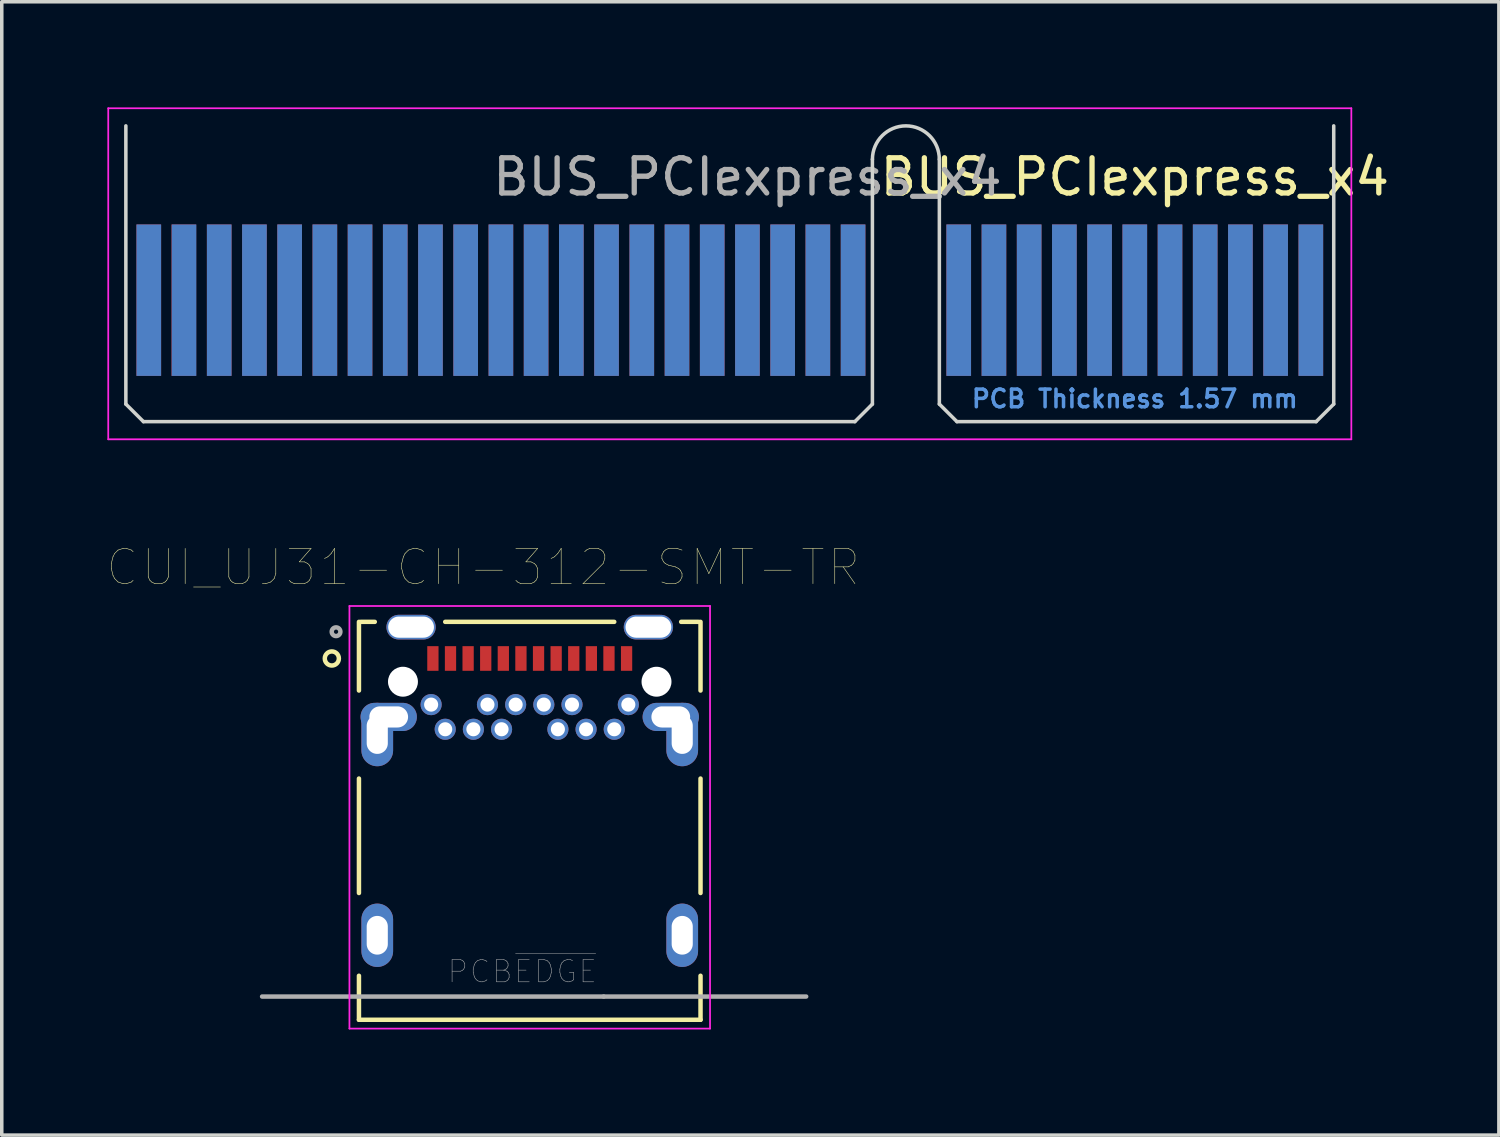
<source format=kicad_pcb>
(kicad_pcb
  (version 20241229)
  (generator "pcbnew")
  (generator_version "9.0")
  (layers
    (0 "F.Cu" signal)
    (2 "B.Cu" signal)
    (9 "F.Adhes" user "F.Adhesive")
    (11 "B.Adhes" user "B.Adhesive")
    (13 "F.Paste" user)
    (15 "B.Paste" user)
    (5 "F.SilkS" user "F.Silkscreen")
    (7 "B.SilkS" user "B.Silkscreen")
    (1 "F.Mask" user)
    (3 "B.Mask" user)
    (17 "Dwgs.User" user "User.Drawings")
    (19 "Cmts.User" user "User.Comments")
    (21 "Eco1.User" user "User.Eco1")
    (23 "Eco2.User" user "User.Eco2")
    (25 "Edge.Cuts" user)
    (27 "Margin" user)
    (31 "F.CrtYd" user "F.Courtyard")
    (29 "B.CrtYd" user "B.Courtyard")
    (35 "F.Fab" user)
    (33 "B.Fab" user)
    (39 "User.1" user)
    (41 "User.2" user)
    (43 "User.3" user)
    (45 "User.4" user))
  (footprint "BUS_PCIexpress_x4"
    (layer "F.Cu")
    (at 22.681 8.967)
    (property "Reference" "BUS_PCIexpress_x4" (at 6.494 -6.992 0) (layer "F.SilkS") (effects (font (size 1 1) (thickness 0.15))))
    (attr exclude_from_pos_files exclude_from_bom)
    (fp_line (start -22.157 -8.443) (end -22.157 -0.542) (stroke (width 0.1) (type solid)) (layer "Edge.Cuts"))
    (fp_line (start -22.157 -0.542) (end -21.657 -0.043) (stroke (width 0.1) (type solid)) (layer "Edge.Cuts"))
    (fp_line (start -1.456 -0.043) (end -21.657 -0.043) (stroke (width 0.1) (type solid)) (layer "Edge.Cuts"))
    (fp_line (start -0.957 -7.492) (end -0.957 -0.542) (stroke (width 0.1) (type solid)) (layer "Edge.Cuts"))
    (fp_line (start -0.957 -0.542) (end -1.456 -0.043) (stroke (width 0.1) (type solid)) (layer "Edge.Cuts"))
    (fp_line (start 0.944 -7.492) (end 0.944 -0.542) (stroke (width 0.1) (type solid)) (layer "Edge.Cuts"))
    (fp_line (start 0.944 -0.542) (end 1.444 -0.043) (stroke (width 0.1) (type solid)) (layer "Edge.Cuts"))
    (fp_line (start 11.643 -0.043) (end 1.444 -0.043) (stroke (width 0.1) (type solid)) (layer "Edge.Cuts"))
    (fp_line (start 12.143 -8.443) (end 12.143 -0.542) (stroke (width 0.1) (type solid)) (layer "Edge.Cuts"))
    (fp_line (start 12.143 -0.542) (end 11.643 -0.043) (stroke (width 0.1) (type solid)) (layer "Edge.Cuts"))
    (fp_arc (start -0.9565 -7.4925) (mid -0.0065 -8.4425) (end 0.9435 -7.4925) (stroke (width 0.1) (type solid)) (layer "Edge.Cuts"))
    (fp_line (start -22.657 0.458) (end -22.657 -8.943) (stroke (width 0.05) (type solid)) (layer "F.CrtYd"))
    (fp_line (start -22.657 0.458) (end 12.643 0.458) (stroke (width 0.05) (type solid)) (layer "F.CrtYd"))
    (fp_line (start 12.643 -8.943) (end -22.657 -8.943) (stroke (width 0.05) (type solid)) (layer "F.CrtYd"))
    (fp_line (start 12.643 -8.943) (end 12.643 0.458) (stroke (width 0.05) (type solid)) (layer "F.CrtYd"))
    (fp_text user "PCB Thickness 1.57 mm" (at 6.494 -0.693 180) (layer "Cmts.User") (effects (font (size 0.5 0.5) (thickness 0.1))))
    (fp_text user "${REFERENCE}" (at -4.506 -6.992 0) (layer "F.Fab") (effects (font (size 1 1) (thickness 0.15))))
    (pad "A1" connect rect (at 11.493 -3.493) (size 0.7 4.3) (layers "B.Cu" "B.Mask"))
    (pad "A2" connect rect (at 10.493 -3.493) (size 0.7 4.3) (layers "B.Cu" "B.Mask"))
    (pad "A3" connect rect (at 9.493 -3.493) (size 0.7 4.3) (layers "B.Cu" "B.Mask"))
    (pad "A4" connect rect (at 8.493 -3.493) (size 0.7 4.3) (layers "B.Cu" "B.Mask"))
    (pad "A5" connect rect (at 7.494 -3.493) (size 0.7 4.3) (layers "B.Cu" "B.Mask"))
    (pad "A6" connect rect (at 6.494 -3.493) (size 0.7 4.3) (layers "B.Cu" "B.Mask"))
    (pad "A7" connect rect (at 5.494 -3.493) (size 0.7 4.3) (layers "B.Cu" "B.Mask"))
    (pad "A8" connect rect (at 4.494 -3.493) (size 0.7 4.3) (layers "B.Cu" "B.Mask"))
    (pad "A9" connect rect (at 3.494 -3.493) (size 0.7 4.3) (layers "B.Cu" "B.Mask"))
    (pad "A10" connect rect (at 2.494 -3.493) (size 0.7 4.3) (layers "B.Cu" "B.Mask"))
    (pad "A11" connect rect (at 1.494 -3.493) (size 0.7 4.3) (layers "B.Cu" "B.Mask"))
    (pad "A12" connect rect (at -1.506 -3.493) (size 0.7 4.3) (layers "B.Cu" "B.Mask"))
    (pad "A13" connect rect (at -2.506 -3.493) (size 0.7 4.3) (layers "B.Cu" "B.Mask"))
    (pad "A14" connect rect (at -3.506 -3.493) (size 0.7 4.3) (layers "B.Cu" "B.Mask"))
    (pad "A15" connect rect (at -4.506 -3.493) (size 0.7 4.3) (layers "B.Cu" "B.Mask"))
    (pad "A16" connect rect (at -5.506 -3.493) (size 0.7 4.3) (layers "B.Cu" "B.Mask"))
    (pad "A17" connect rect (at -6.506 -3.493) (size 0.7 4.3) (layers "B.Cu" "B.Mask"))
    (pad "A18" connect rect (at -7.506 -3.493) (size 0.7 4.3) (layers "B.Cu" "B.Mask"))
    (pad "A19" connect rect (at -8.507 -3.493) (size 0.7 4.3) (layers "B.Cu" "B.Mask"))
    (pad "A20" connect rect (at -9.507 -3.493) (size 0.7 4.3) (layers "B.Cu" "B.Mask"))
    (pad "A21" connect rect (at -10.507 -3.493) (size 0.7 4.3) (layers "B.Cu" "B.Mask"))
    (pad "A22" connect rect (at -11.507 -3.493) (size 0.7 4.3) (layers "B.Cu" "B.Mask"))
    (pad "A23" connect rect (at -12.507 -3.493) (size 0.7 4.3) (layers "B.Cu" "B.Mask"))
    (pad "A24" connect rect (at -13.507 -3.493) (size 0.7 4.3) (layers "B.Cu" "B.Mask"))
    (pad "A25" connect rect (at -14.507 -3.493) (size 0.7 4.3) (layers "B.Cu" "B.Mask"))
    (pad "A26" connect rect (at -15.507 -3.493) (size 0.7 4.3) (layers "B.Cu" "B.Mask"))
    (pad "A27" connect rect (at -16.506 -3.493) (size 0.7 4.3) (layers "B.Cu" "B.Mask"))
    (pad "A28" connect rect (at -17.506 -3.493) (size 0.7 4.3) (layers "B.Cu" "B.Mask"))
    (pad "A29" connect rect (at -18.506 -3.493) (size 0.7 4.3) (layers "B.Cu" "B.Mask"))
    (pad "A30" connect rect (at -19.506 -3.493) (size 0.7 4.3) (layers "B.Cu" "B.Mask"))
    (pad "A31" connect rect (at -20.506 -3.493) (size 0.7 4.3) (layers "B.Cu" "B.Mask"))
    (pad "A32" connect rect (at -21.506 -3.493) (size 0.7 4.3) (layers "B.Cu" "B.Mask"))
    (pad "B1" connect rect (at 11.493 -3.493) (size 0.7 4.3) (layers "F.Cu" "F.Mask"))
    (pad "B2" connect rect (at 10.493 -3.493) (size 0.7 4.3) (layers "F.Cu" "F.Mask"))
    (pad "B3" connect rect (at 9.493 -3.493) (size 0.7 4.3) (layers "F.Cu" "F.Mask"))
    (pad "B4" connect rect (at 8.493 -3.493) (size 0.7 4.3) (layers "F.Cu" "F.Mask"))
    (pad "B5" connect rect (at 7.494 -3.493) (size 0.7 4.3) (layers "F.Cu" "F.Mask"))
    (pad "B6" connect rect (at 6.494 -3.493) (size 0.7 4.3) (layers "F.Cu" "F.Mask"))
    (pad "B7" connect rect (at 5.494 -3.493) (size 0.7 4.3) (layers "F.Cu" "F.Mask"))
    (pad "B8" connect rect (at 4.494 -3.493) (size 0.7 4.3) (layers "F.Cu" "F.Mask"))
    (pad "B9" connect rect (at 3.494 -3.493) (size 0.7 4.3) (layers "F.Cu" "F.Mask"))
    (pad "B10" connect rect (at 2.494 -3.493) (size 0.7 4.3) (layers "F.Cu" "F.Mask"))
    (pad "B11" connect rect (at 1.494 -3.493) (size 0.7 4.3) (layers "F.Cu" "F.Mask"))
    (pad "B12" connect rect (at -1.506 -3.493) (size 0.7 4.3) (layers "F.Cu" "F.Mask"))
    (pad "B13" connect rect (at -2.506 -3.493) (size 0.7 4.3) (layers "F.Cu" "F.Mask"))
    (pad "B14" connect rect (at -3.506 -3.493) (size 0.7 4.3) (layers "F.Cu" "F.Mask"))
    (pad "B15" connect rect (at -4.506 -3.493) (size 0.7 4.3) (layers "F.Cu" "F.Mask"))
    (pad "B16" connect rect (at -5.506 -3.493) (size 0.7 4.3) (layers "F.Cu" "F.Mask"))
    (pad "B17" connect rect (at -6.506 -3.493) (size 0.7 4.3) (layers "F.Cu" "F.Mask"))
    (pad "B18" connect rect (at -7.506 -3.493) (size 0.7 4.3) (layers "F.Cu" "F.Mask"))
    (pad "B19" connect rect (at -8.507 -3.493) (size 0.7 4.3) (layers "F.Cu" "F.Mask"))
    (pad "B20" connect rect (at -9.507 -3.493) (size 0.7 4.3) (layers "F.Cu" "F.Mask"))
    (pad "B21" connect rect (at -10.507 -3.493) (size 0.7 4.3) (layers "F.Cu" "F.Mask"))
    (pad "B22" connect rect (at -11.507 -3.493) (size 0.7 4.3) (layers "F.Cu" "F.Mask"))
    (pad "B23" connect rect (at -12.507 -3.493) (size 0.7 4.3) (layers "F.Cu" "F.Mask"))
    (pad "B24" connect rect (at -13.507 -3.493) (size 0.7 4.3) (layers "F.Cu" "F.Mask"))
    (pad "B25" connect rect (at -14.507 -3.493) (size 0.7 4.3) (layers "F.Cu" "F.Mask"))
    (pad "B26" connect rect (at -15.507 -3.493) (size 0.7 4.3) (layers "F.Cu" "F.Mask"))
    (pad "B27" connect rect (at -16.506 -3.493) (size 0.7 4.3) (layers "F.Cu" "F.Mask"))
    (pad "B28" connect rect (at -17.506 -3.493) (size 0.7 4.3) (layers "F.Cu" "F.Mask"))
    (pad "B29" connect rect (at -18.506 -3.493) (size 0.7 4.3) (layers "F.Cu" "F.Mask"))
    (pad "B30" connect rect (at -19.506 -3.493) (size 0.7 4.3) (layers "F.Cu" "F.Mask"))
    (pad "B31" connect rect (at -20.511 -3.493) (size 0.7 4.3) (layers "F.Cu" "F.Mask"))
    (pad "B32" connect rect (at -21.506 -3.493) (size 0.7 4.3) (layers "F.Cu" "F.Mask")))
  (footprint "CUI_UJ31-CH-312-SMT-TR"
    (layer "F.Cu")
    (at 9.243 15.649)
    (property "Reference" "CUI_UJ31-CH-312-SMT-TR" (at 1.426 -2.587 0) (layer "F.SilkS") (effects (font (size 1.001 1.001) (thickness 0.015))))
    (attr through_hole)
    (fp_line (start -2.1 -1.04) (end -2.1 0.91) (stroke (width 0.127) (type solid)) (layer "F.SilkS"))
    (fp_line (start -2.1 3.41) (end -2.1 6.66) (stroke (width 0.127) (type solid)) (layer "F.SilkS"))
    (fp_line (start -2.1 9.01) (end -2.1 10.26) (stroke (width 0.127) (type solid)) (layer "F.SilkS"))
    (fp_line (start -2.1 10.26) (end 7.6 10.26) (stroke (width 0.127) (type solid)) (layer "F.SilkS"))
    (fp_line (start -2.05 -1.04) (end -1.65 -1.04) (stroke (width 0.127) (type solid)) (layer "F.SilkS"))
    (fp_line (start 0.35 -1.04) (end 5.15 -1.04) (stroke (width 0.127) (type solid)) (layer "F.SilkS"))
    (fp_line (start 7.55 -1.04) (end 7.05 -1.04) (stroke (width 0.127) (type solid)) (layer "F.SilkS"))
    (fp_line (start 7.6 -1.04) (end 7.6 0.91) (stroke (width 0.127) (type solid)) (layer "F.SilkS"))
    (fp_line (start 7.6 6.66) (end 7.6 3.41) (stroke (width 0.127) (type solid)) (layer "F.SilkS"))
    (fp_line (start 7.6 10.26) (end 7.6 9.01) (stroke (width 0.127) (type solid)) (layer "F.SilkS"))
    (fp_circle (center -2.87 0) (end -2.67 0) (stroke (width 0.127) (type solid)) (fill no) (layer "F.SilkS"))
    (fp_line (start -2.37 -1.49) (end 7.87 -1.49) (stroke (width 0.05) (type solid)) (layer "F.CrtYd"))
    (fp_line (start -2.37 10.51) (end -2.37 -1.49) (stroke (width 0.05) (type solid)) (layer "F.CrtYd"))
    (fp_line (start 7.87 -1.49) (end 7.87 10.51) (stroke (width 0.05) (type solid)) (layer "F.CrtYd"))
    (fp_line (start 7.87 10.51) (end -2.37 10.51) (stroke (width 0.05) (type solid)) (layer "F.CrtYd"))
    (fp_line (start 4.85 9.6) (end -4.85 9.6) (stroke (width 0.127) (type solid)) (layer "F.Fab"))
    (fp_line (start 4.85 9.6) (end 10.6 9.6) (stroke (width 0.127) (type solid)) (layer "F.Fab"))
    (fp_circle (center -2.75 -0.76) (end -2.69 -0.76) (stroke (width 0.127) (type solid)) (fill no) (layer "F.Fab"))
    (fp_text user "PCB~{EDGE}" (at 2.54 8.89 0) (layer "F.Fab") (effects (font (size 0.63 0.63) (thickness 0.015))))
    (pad "" np_thru_hole circle (at -0.85 0.66) (size 0.85 0.85) (drill 0.85) (layers "*.Cu" "*.Mask"))
    (pad "" np_thru_hole circle (at 6.35 0.66) (size 0.85 0.85) (drill 0.85) (layers "*.Cu" "*.Mask"))
    (pad "A1" smd rect (at 0 0) (size 0.32 0.7) (layers "F.Cu" "F.Mask" "F.Paste"))
    (pad "A2" smd rect (at 0.5 0) (size 0.32 0.7) (layers "F.Cu" "F.Mask" "F.Paste"))
    (pad "A3" smd rect (at 1 0) (size 0.32 0.7) (layers "F.Cu" "F.Mask" "F.Paste"))
    (pad "A4" smd rect (at 1.5 0) (size 0.32 0.7) (layers "F.Cu" "F.Mask" "F.Paste"))
    (pad "A5" smd rect (at 2 0) (size 0.32 0.7) (layers "F.Cu" "F.Mask" "F.Paste"))
    (pad "A6" smd rect (at 2.5 0) (size 0.32 0.7) (layers "F.Cu" "F.Mask" "F.Paste"))
    (pad "A7" smd rect (at 3 0) (size 0.32 0.7) (layers "F.Cu" "F.Mask" "F.Paste"))
    (pad "A8" smd rect (at 3.5 0) (size 0.32 0.7) (layers "F.Cu" "F.Mask" "F.Paste"))
    (pad "A9" smd rect (at 4 0) (size 0.32 0.7) (layers "F.Cu" "F.Mask" "F.Paste"))
    (pad "A10" smd rect (at 4.5 0) (size 0.32 0.7) (layers "F.Cu" "F.Mask" "F.Paste"))
    (pad "A11" smd rect (at 5 0) (size 0.32 0.7) (layers "F.Cu" "F.Mask" "F.Paste"))
    (pad "A12" smd rect (at 5.5 0) (size 0.32 0.7) (layers "F.Cu" "F.Mask" "F.Paste"))
    (pad "B1" thru_hole circle (at 5.55 1.31) (size 0.6 0.6) (drill 0.4) (layers "*.Cu" "*.Mask"))
    (pad "B2" thru_hole circle (at 5.15 2.01) (size 0.6 0.6) (drill 0.4) (layers "*.Cu" "*.Mask"))
    (pad "B3" thru_hole circle (at 4.35 2.01) (size 0.6 0.6) (drill 0.4) (layers "*.Cu" "*.Mask"))
    (pad "B4" thru_hole circle (at 3.95 1.31) (size 0.6 0.6) (drill 0.4) (layers "*.Cu" "*.Mask"))
    (pad "B5" thru_hole circle (at 3.55 2.01) (size 0.6 0.6) (drill 0.4) (layers "*.Cu" "*.Mask"))
    (pad "B6" thru_hole circle (at 3.15 1.31) (size 0.6 0.6) (drill 0.4) (layers "*.Cu" "*.Mask"))
    (pad "B7" thru_hole circle (at 2.35 1.31) (size 0.6 0.6) (drill 0.4) (layers "*.Cu" "*.Mask"))
    (pad "B8" thru_hole circle (at 1.95 2.01) (size 0.6 0.6) (drill 0.4) (layers "*.Cu" "*.Mask"))
    (pad "B9" thru_hole circle (at 1.55 1.31) (size 0.6 0.6) (drill 0.4) (layers "*.Cu" "*.Mask"))
    (pad "B10" thru_hole circle (at 1.15 2.01) (size 0.6 0.6) (drill 0.4) (layers "*.Cu" "*.Mask"))
    (pad "B11" thru_hole circle (at 0.35 2.01) (size 0.6 0.6) (drill 0.4) (layers "*.Cu" "*.Mask"))
    (pad "B12" thru_hole circle (at -0.05 1.31) (size 0.6 0.6) (drill 0.4) (layers "*.Cu" "*.Mask"))
    (pad "S1" thru_hole oval (at -1.58 2.16) (size 0.9 1.8) (drill oval 0.6 1.1) (layers "*.Cu" "*.Mask"))
    (pad "S1" thru_hole oval (at -1.58 7.86) (size 0.9 1.8) (drill oval 0.6 1.1) (layers "*.Cu" "*.Mask"))
    (pad "S1" thru_hole oval (at -1.255 1.66) (size 1.6 0.8) (drill oval 1.1 0.6) (layers "*.Cu" "*.Mask"))
    (pad "S1" thru_hole oval (at -0.62 -0.89) (size 1.4 0.7) (drill oval 1.3 0.6) (layers "*.Cu" "*.Mask"))
    (pad "S1" thru_hole oval (at 6.12 -0.89) (size 1.4 0.7) (drill oval 1.3 0.6) (layers "*.Cu" "*.Mask"))
    (pad "S1" thru_hole oval (at 6.755 1.66) (size 1.6 0.8) (drill oval 1.1 0.6) (layers "*.Cu" "*.Mask"))
    (pad "S1" thru_hole oval (at 7.08 2.16) (size 0.9 1.8) (drill oval 0.6 1.1) (layers "*.Cu" "*.Mask"))
    (pad "S1" thru_hole oval (at 7.08 7.86) (size 0.9 1.8) (drill oval 0.6 1.1) (layers "*.Cu" "*.Mask")))
  (gr_rect
    (start -3 -3)
    (end 39.514 29.184)
    (stroke (width 0.1) (type default))
    (fill no)
    (layer "Edge.Cuts")))
</source>
